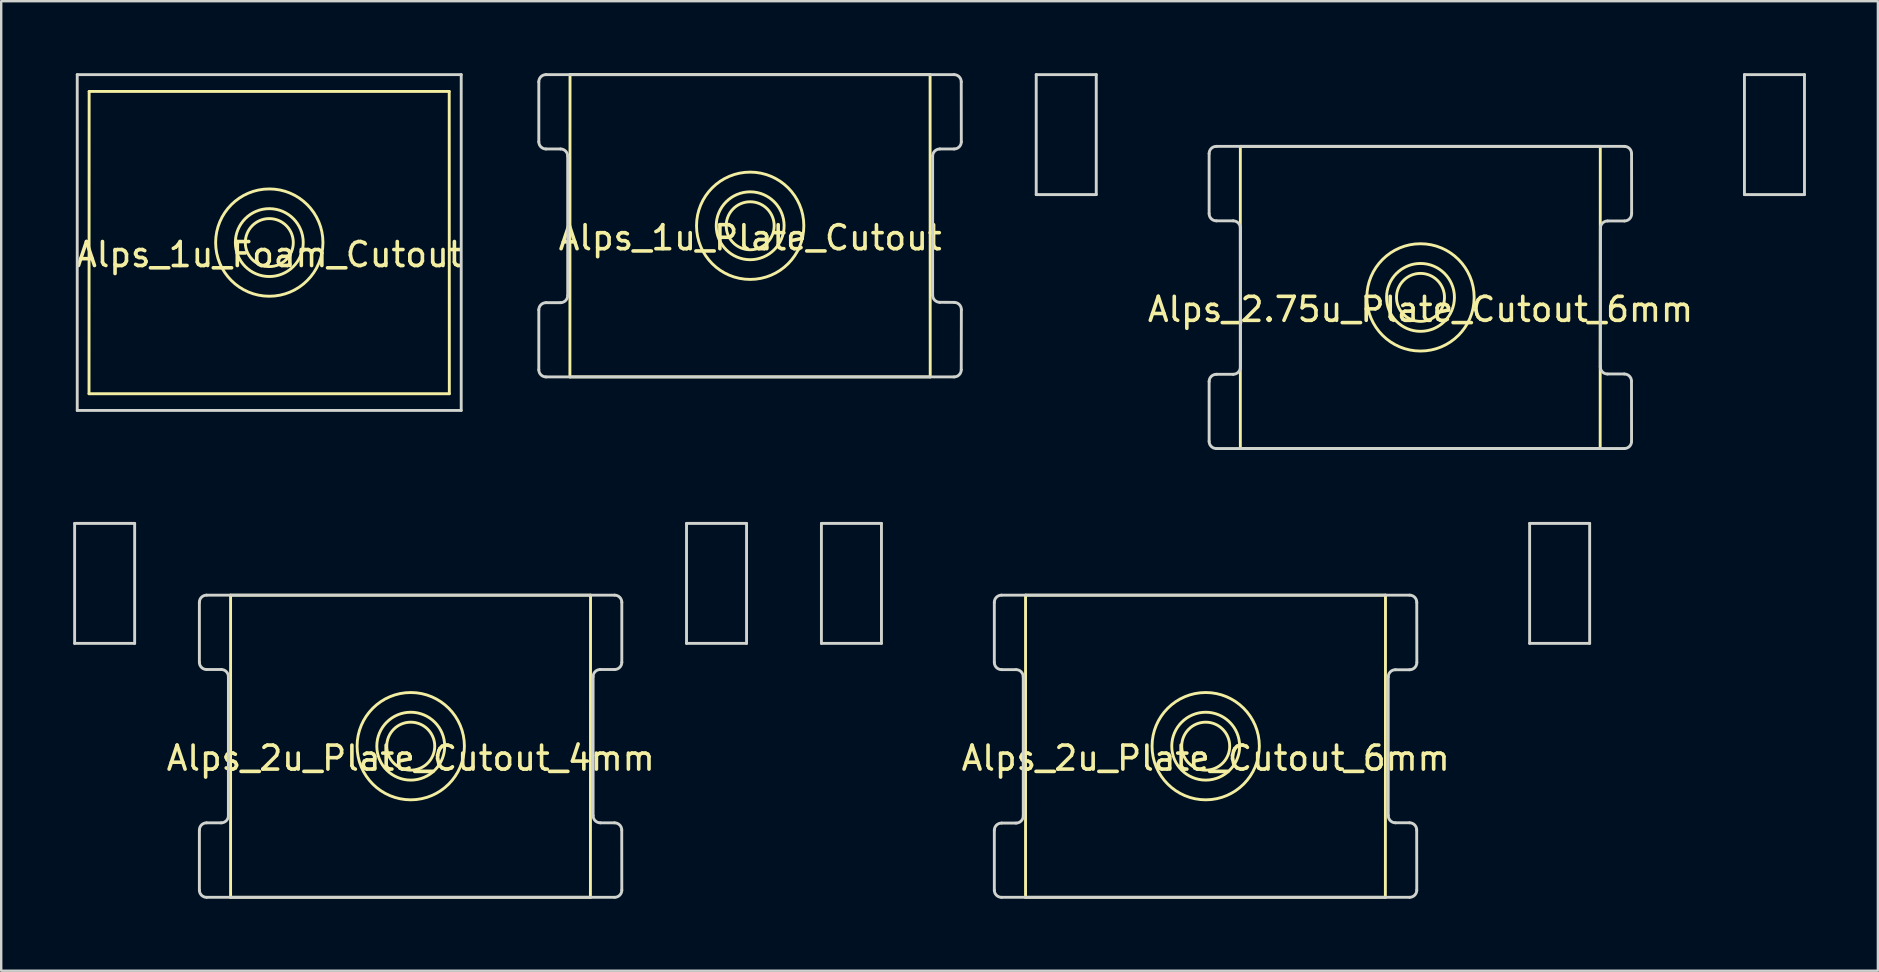
<source format=kicad_pcb>
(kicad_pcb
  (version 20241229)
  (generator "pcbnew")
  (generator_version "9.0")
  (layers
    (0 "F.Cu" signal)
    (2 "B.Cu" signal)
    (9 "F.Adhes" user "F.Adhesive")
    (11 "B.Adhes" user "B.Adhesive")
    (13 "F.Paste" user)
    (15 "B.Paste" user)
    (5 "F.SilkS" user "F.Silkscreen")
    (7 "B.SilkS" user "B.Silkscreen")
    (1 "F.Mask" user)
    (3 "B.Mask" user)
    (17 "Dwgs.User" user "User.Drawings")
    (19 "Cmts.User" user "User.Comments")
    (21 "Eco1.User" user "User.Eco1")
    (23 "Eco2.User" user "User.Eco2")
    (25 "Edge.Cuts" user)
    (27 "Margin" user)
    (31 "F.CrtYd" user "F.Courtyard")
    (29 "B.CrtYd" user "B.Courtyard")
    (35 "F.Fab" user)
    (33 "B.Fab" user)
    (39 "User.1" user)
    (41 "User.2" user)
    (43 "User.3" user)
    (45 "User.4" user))
  (footprint "Alps_1u_Plate_Cutout"
    (layer "F.Cu")
    (at 28.214 6.359)
    (property "Reference" "Alps_1u_Plate_Cutout" (at 0 0.5 0) (layer "F.SilkS") (effects (font (size 1 1) (thickness 0.15))))
    (attr through_hole)
    (fp_line (start -7.513 6.299) (end -7.508 -6.299) (stroke (width 0.12) (type solid)) (layer "F.SilkS"))
    (fp_line (start -7.508 -6.299) (end 7.498 -6.299) (stroke (width 0.12) (type solid)) (layer "F.SilkS"))
    (fp_line (start 7.498 -6.299) (end 7.503 6.299) (stroke (width 0.12) (type solid)) (layer "F.SilkS"))
    (fp_line (start 7.503 6.299) (end -7.513 6.299) (stroke (width 0.12) (type solid)) (layer "F.SilkS"))
    (fp_circle (center 0 0) (end -1 1) (stroke (width 0.12) (type solid)) (fill no) (layer "F.SilkS"))
    (fp_circle (center 0 0) (end -1 2) (stroke (width 0.12) (type solid)) (fill no) (layer "F.SilkS"))
    (fp_circle (center 0 0) (end 0 1) (stroke (width 0.12) (type solid)) (fill no) (layer "F.SilkS"))
    (fp_line (start -8.809 3.505) (end -8.809 5.999) (stroke (width 0.12) (type solid)) (layer "Edge.Cuts"))
    (fp_line (start -8.809 -3.5) (end -8.809 -5.999) (stroke (width 0.12) (type solid)) (layer "Edge.Cuts"))
    (fp_line (start -8.509 -6.299) (end 8.496 -6.299) (stroke (width 0.12) (type solid)) (layer "Edge.Cuts"))
    (fp_line (start -8.509 3.205) (end -7.904 3.205) (stroke (width 0.12) (type solid)) (layer "Edge.Cuts"))
    (fp_line (start -8.509 -3.2) (end -7.905 -3.201) (stroke (width 0.12) (type solid)) (layer "Edge.Cuts"))
    (fp_line (start -7.604 2.905) (end -7.605 -2.901) (stroke (width 0.12) (type solid)) (layer "Edge.Cuts"))
    (fp_line (start 7.604 -2.9) (end 7.604 2.89) (stroke (width 0.12) (type solid)) (layer "Edge.Cuts"))
    (fp_line (start 8.496 6.299) (end -8.509 6.299) (stroke (width 0.12) (type solid)) (layer "Edge.Cuts"))
    (fp_line (start 8.499 -3.2) (end 7.904 -3.2) (stroke (width 0.12) (type solid)) (layer "Edge.Cuts"))
    (fp_line (start 8.501 3.192) (end 7.904 3.19) (stroke (width 0.12) (type solid)) (layer "Edge.Cuts"))
    (fp_line (start 8.799 -3.5) (end 8.796 -5.999) (stroke (width 0.12) (type solid)) (layer "Edge.Cuts"))
    (fp_line (start 8.801 3.493) (end 8.796 5.999) (stroke (width 0.12) (type solid)) (layer "Edge.Cuts"))
    (fp_arc (start -8.809 -5.9992) (mid -8.721132 -6.211332) (end -8.509 -6.2992) (stroke (width 0.12) (type solid)) (layer "Edge.Cuts"))
    (fp_arc (start -8.809 3.5052) (mid -8.721132 3.293068) (end -8.509 3.2052) (stroke (width 0.12) (type solid)) (layer "Edge.Cuts"))
    (fp_arc (start -8.509 6.2992) (mid -8.721132 6.211332) (end -8.809 5.9992) (stroke (width 0.12) (type solid)) (layer "Edge.Cuts"))
    (fp_arc (start -8.50872 -3.20012) (mid -8.720852 -3.287988) (end -8.80872 -3.50012) (stroke (width 0.12) (type solid)) (layer "Edge.Cuts"))
    (fp_arc (start -7.90476 -3.20068) (mid -7.692628 -3.112812) (end -7.60476 -2.90068) (stroke (width 0.12) (type solid)) (layer "Edge.Cuts"))
    (fp_arc (start -7.60448 2.9052) (mid -7.692348 3.117332) (end -7.90448 3.2052) (stroke (width 0.12) (type solid)) (layer "Edge.Cuts"))
    (fp_arc (start 7.60448 -2.9004) (mid 7.692348 -3.112532) (end 7.90448 -3.2004) (stroke (width 0.12) (type solid)) (layer "Edge.Cuts"))
    (fp_arc (start 7.90448 3.19024) (mid 7.692348 3.102372) (end 7.60448 2.89024) (stroke (width 0.12) (type solid)) (layer "Edge.Cuts"))
    (fp_arc (start 8.4963 -6.2992) (mid 8.708432 -6.211332) (end 8.7963 -5.9992) (stroke (width 0.12) (type solid)) (layer "Edge.Cuts"))
    (fp_arc (start 8.5011 3.1925) (mid 8.713232 3.280368) (end 8.8011 3.4925) (stroke (width 0.12) (type solid)) (layer "Edge.Cuts"))
    (fp_arc (start 8.7963 5.99948) (mid 8.708432 6.211612) (end 8.4963 6.29948) (stroke (width 0.12) (type solid)) (layer "Edge.Cuts"))
    (fp_arc (start 8.79856 -3.50012) (mid 8.710692 -3.287988) (end 8.49856 -3.20012) (stroke (width 0.12) (type solid)) (layer "Edge.Cuts")))
  (footprint "Alps_2u_Plate_Cutout_6mm"
    (layer "F.Cu")
    (at 47.198 28.047)
    (property "Reference" "Alps_2u_Plate_Cutout_6mm" (at 0 0.5 0) (layer "F.SilkS") (effects (font (size 1 1) (thickness 0.15))))
    (attr through_hole)
    (fp_line (start -7.508 -6.294) (end 7.493 -6.294) (stroke (width 0.12) (type solid)) (layer "F.SilkS"))
    (fp_line (start -7.508 6.299) (end -7.508 -6.294) (stroke (width 0.12) (type solid)) (layer "F.SilkS"))
    (fp_line (start 7.488 6.299) (end -7.508 6.299) (stroke (width 0.12) (type solid)) (layer "F.SilkS"))
    (fp_line (start 7.493 -6.294) (end 7.488 6.299) (stroke (width 0.12) (type solid)) (layer "F.SilkS"))
    (fp_circle (center 0 0) (end -1 1) (stroke (width 0.12) (type solid)) (fill no) (layer "F.SilkS"))
    (fp_circle (center 0 0) (end -1 2) (stroke (width 0.12) (type solid)) (fill no) (layer "F.SilkS"))
    (fp_circle (center 0 0) (end 0 1) (stroke (width 0.12) (type solid)) (fill no) (layer "F.SilkS"))
    (fp_line (start -16.015 -9.284) (end -13.513 -9.284) (stroke (width 0.12) (type solid)) (layer "Edge.Cuts"))
    (fp_line (start -16.015 -4.284) (end -16.015 -9.284) (stroke (width 0.12) (type solid)) (layer "Edge.Cuts"))
    (fp_line (start -13.513 -9.284) (end -13.513 -4.284) (stroke (width 0.12) (type solid)) (layer "Edge.Cuts"))
    (fp_line (start -13.513 -4.284) (end -16.015 -4.284) (stroke (width 0.12) (type solid)) (layer "Edge.Cuts"))
    (fp_line (start -8.809 -3.495) (end -8.809 -5.994) (stroke (width 0.12) (type solid)) (layer "Edge.Cuts"))
    (fp_line (start -8.809 3.5) (end -8.809 5.999) (stroke (width 0.12) (type solid)) (layer "Edge.Cuts"))
    (fp_line (start -8.509 -6.294) (end 8.496 -6.294) (stroke (width 0.12) (type solid)) (layer "Edge.Cuts"))
    (fp_line (start -8.509 -3.19) (end -7.904 -3.19) (stroke (width 0.12) (type solid)) (layer "Edge.Cuts"))
    (fp_line (start -8.509 3.205) (end -7.903 3.205) (stroke (width 0.12) (type solid)) (layer "Edge.Cuts"))
    (fp_line (start -7.603 2.905) (end -7.604 -2.89) (stroke (width 0.12) (type solid)) (layer "Edge.Cuts"))
    (fp_line (start 7.607 -2.885) (end 7.607 2.893) (stroke (width 0.12) (type solid)) (layer "Edge.Cuts"))
    (fp_line (start 8.493 3.192) (end 7.907 3.193) (stroke (width 0.12) (type solid)) (layer "Edge.Cuts"))
    (fp_line (start 8.496 6.299) (end -8.509 6.299) (stroke (width 0.12) (type solid)) (layer "Edge.Cuts"))
    (fp_line (start 8.499 -3.185) (end 7.907 -3.185) (stroke (width 0.12) (type solid)) (layer "Edge.Cuts"))
    (fp_line (start 8.793 3.5) (end 8.796 5.999) (stroke (width 0.12) (type solid)) (layer "Edge.Cuts"))
    (fp_line (start 8.799 -3.495) (end 8.796 -5.994) (stroke (width 0.12) (type solid)) (layer "Edge.Cuts"))
    (fp_line (start 13.5 -9.284) (end 16.002 -9.284) (stroke (width 0.12) (type solid)) (layer "Edge.Cuts"))
    (fp_line (start 13.5 -4.284) (end 13.5 -9.284) (stroke (width 0.12) (type solid)) (layer "Edge.Cuts"))
    (fp_line (start 16.002 -9.284) (end 16.002 -4.284) (stroke (width 0.12) (type solid)) (layer "Edge.Cuts"))
    (fp_line (start 16.002 -4.284) (end 13.5 -4.284) (stroke (width 0.12) (type solid)) (layer "Edge.Cuts"))
    (fp_arc (start -8.809 -5.99412) (mid -8.721132 -6.206252) (end -8.509 -6.29412) (stroke (width 0.12) (type solid)) (layer "Edge.Cuts"))
    (fp_arc (start -8.80872 3.5052) (mid -8.720852 3.293068) (end -8.50872 3.2052) (stroke (width 0.12) (type solid)) (layer "Edge.Cuts"))
    (fp_arc (start -8.509 6.2992) (mid -8.721132 6.211332) (end -8.809 5.9992) (stroke (width 0.12) (type solid)) (layer "Edge.Cuts"))
    (fp_arc (start -8.50872 -3.18996) (mid -8.720852 -3.277828) (end -8.80872 -3.48996) (stroke (width 0.12) (type solid)) (layer "Edge.Cuts"))
    (fp_arc (start -7.90448 -3.19024) (mid -7.692348 -3.102372) (end -7.60448 -2.89024) (stroke (width 0.12) (type solid)) (layer "Edge.Cuts"))
    (fp_arc (start -7.60304 2.9052) (mid -7.690908 3.117332) (end -7.90304 3.2052) (stroke (width 0.12) (type solid)) (layer "Edge.Cuts"))
    (fp_arc (start 7.60702 -2.88516) (mid 7.694888 -3.097292) (end 7.90702 -3.18516) (stroke (width 0.12) (type solid)) (layer "Edge.Cuts"))
    (fp_arc (start 7.9073 3.19306) (mid 7.695168 3.105192) (end 7.6073 2.89306) (stroke (width 0.12) (type solid)) (layer "Edge.Cuts"))
    (fp_arc (start 8.49348 3.1925) (mid 8.705612 3.280368) (end 8.79348 3.4925) (stroke (width 0.12) (type solid)) (layer "Edge.Cuts"))
    (fp_arc (start 8.4963 -6.29412) (mid 8.708432 -6.206252) (end 8.7963 -5.99412) (stroke (width 0.12) (type solid)) (layer "Edge.Cuts"))
    (fp_arc (start 8.7963 5.9992) (mid 8.708432 6.211332) (end 8.4963 6.2992) (stroke (width 0.12) (type solid)) (layer "Edge.Cuts"))
    (fp_arc (start 8.79856 -3.48488) (mid 8.710692 -3.272748) (end 8.49856 -3.18488) (stroke (width 0.12) (type solid)) (layer "Edge.Cuts")))
  (footprint "Alps_1u_Foam_Cutout"
    (layer "F.Cu")
    (at 8.173 7.06)
    (property "Reference" "Alps_1u_Foam_Cutout" (at 0 0.5 0) (layer "F.SilkS") (effects (font (size 1 1) (thickness 0.15))))
    (attr through_hole)
    (fp_line (start -7.513 6.299) (end -7.508 -6.299) (stroke (width 0.12) (type solid)) (layer "F.SilkS"))
    (fp_line (start -7.508 -6.299) (end 7.498 -6.299) (stroke (width 0.12) (type solid)) (layer "F.SilkS"))
    (fp_line (start 7.498 -6.299) (end 7.503 6.299) (stroke (width 0.12) (type solid)) (layer "F.SilkS"))
    (fp_line (start 7.503 6.299) (end -7.513 6.299) (stroke (width 0.12) (type solid)) (layer "F.SilkS"))
    (fp_circle (center 0 0) (end -1 1) (stroke (width 0.12) (type solid)) (fill no) (layer "F.SilkS"))
    (fp_circle (center 0 0) (end -1 2) (stroke (width 0.12) (type solid)) (fill no) (layer "F.SilkS"))
    (fp_circle (center 0 0) (end 0 1) (stroke (width 0.12) (type solid)) (fill no) (layer "F.SilkS"))
    (fp_line (start -8.004 -7) (end -8.004 6.995) (stroke (width 0.12) (type solid)) (layer "Edge.Cuts"))
    (fp_line (start -8.004 -7) (end 7.998 -7) (stroke (width 0.12) (type solid)) (layer "Edge.Cuts"))
    (fp_line (start -8.004 6.995) (end 7.998 6.995) (stroke (width 0.12) (type solid)) (layer "Edge.Cuts"))
    (fp_line (start 7.998 -7) (end 7.998 6.995) (stroke (width 0.12) (type solid)) (layer "Edge.Cuts")))
  (footprint "Alps_2.75u_Plate_Cutout_6mm"
    (layer "F.Cu")
    (at 56.15 9.344)
    (property "Reference" "Alps_2.75u_Plate_Cutout_6mm" (at 0 0.5 0) (layer "F.SilkS") (effects (font (size 1 1) (thickness 0.15))))
    (attr through_hole)
    (fp_line (start -7.508 -6.294) (end 7.493 -6.294) (stroke (width 0.12) (type solid)) (layer "F.SilkS"))
    (fp_line (start -7.508 6.299) (end -7.508 -6.294) (stroke (width 0.12) (type solid)) (layer "F.SilkS"))
    (fp_line (start 7.488 6.299) (end -7.508 6.299) (stroke (width 0.12) (type solid)) (layer "F.SilkS"))
    (fp_line (start 7.493 -6.294) (end 7.488 6.299) (stroke (width 0.12) (type solid)) (layer "F.SilkS"))
    (fp_circle (center 0 0) (end -1 1) (stroke (width 0.12) (type solid)) (fill no) (layer "F.SilkS"))
    (fp_circle (center 0 0) (end -1 2) (stroke (width 0.12) (type solid)) (fill no) (layer "F.SilkS"))
    (fp_circle (center 0 0) (end 0 1) (stroke (width 0.12) (type solid)) (fill no) (layer "F.SilkS"))
    (fp_line (start -16.015 -9.284) (end -13.513 -9.284) (stroke (width 0.12) (type solid)) (layer "Edge.Cuts"))
    (fp_line (start -16.015 -4.284) (end -16.015 -9.284) (stroke (width 0.12) (type solid)) (layer "Edge.Cuts"))
    (fp_line (start -13.513 -9.284) (end -13.513 -4.284) (stroke (width 0.12) (type solid)) (layer "Edge.Cuts"))
    (fp_line (start -13.513 -4.284) (end -16.015 -4.284) (stroke (width 0.12) (type solid)) (layer "Edge.Cuts"))
    (fp_line (start -8.809 -3.495) (end -8.809 -5.994) (stroke (width 0.12) (type solid)) (layer "Edge.Cuts"))
    (fp_line (start -8.809 3.5) (end -8.809 5.999) (stroke (width 0.12) (type solid)) (layer "Edge.Cuts"))
    (fp_line (start -8.509 -6.294) (end 8.496 -6.294) (stroke (width 0.12) (type solid)) (layer "Edge.Cuts"))
    (fp_line (start -8.509 -3.19) (end -7.808 -3.19) (stroke (width 0.12) (type solid)) (layer "Edge.Cuts"))
    (fp_line (start -8.509 3.205) (end -7.807 3.205) (stroke (width 0.12) (type solid)) (layer "Edge.Cuts"))
    (fp_line (start -7.507 2.905) (end -7.508 -2.89) (stroke (width 0.12) (type solid)) (layer "Edge.Cuts"))
    (fp_line (start 7.498 -2.885) (end 7.493 2.893) (stroke (width 0.12) (type solid)) (layer "Edge.Cuts"))
    (fp_line (start 8.493 3.192) (end 7.793 3.192) (stroke (width 0.12) (type solid)) (layer "Edge.Cuts"))
    (fp_line (start 8.496 6.299) (end -8.509 6.299) (stroke (width 0.12) (type solid)) (layer "Edge.Cuts"))
    (fp_line (start 8.499 -3.185) (end 7.798 -3.185) (stroke (width 0.12) (type solid)) (layer "Edge.Cuts"))
    (fp_line (start 8.793 3.5) (end 8.796 5.999) (stroke (width 0.12) (type solid)) (layer "Edge.Cuts"))
    (fp_line (start 8.799 -3.495) (end 8.796 -5.994) (stroke (width 0.12) (type solid)) (layer "Edge.Cuts"))
    (fp_line (start 13.5 -9.284) (end 16.002 -9.284) (stroke (width 0.12) (type solid)) (layer "Edge.Cuts"))
    (fp_line (start 13.5 -4.284) (end 13.5 -9.284) (stroke (width 0.12) (type solid)) (layer "Edge.Cuts"))
    (fp_line (start 16.002 -9.284) (end 16.002 -4.284) (stroke (width 0.12) (type solid)) (layer "Edge.Cuts"))
    (fp_line (start 16.002 -4.284) (end 13.5 -4.284) (stroke (width 0.12) (type solid)) (layer "Edge.Cuts"))
    (fp_arc (start -8.809 -5.99412) (mid -8.721132 -6.206252) (end -8.509 -6.29412) (stroke (width 0.12) (type solid)) (layer "Edge.Cuts"))
    (fp_arc (start -8.80872 3.5052) (mid -8.720852 3.293068) (end -8.50872 3.2052) (stroke (width 0.12) (type solid)) (layer "Edge.Cuts"))
    (fp_arc (start -8.509 6.2992) (mid -8.721132 6.211332) (end -8.809 5.9992) (stroke (width 0.12) (type solid)) (layer "Edge.Cuts"))
    (fp_arc (start -8.50872 -3.18996) (mid -8.720852 -3.277828) (end -8.80872 -3.48996) (stroke (width 0.12) (type solid)) (layer "Edge.Cuts"))
    (fp_arc (start -7.80796 -3.19024) (mid -7.595828 -3.102372) (end -7.50796 -2.89024) (stroke (width 0.12) (type solid)) (layer "Edge.Cuts"))
    (fp_arc (start -7.50652 2.9052) (mid -7.594388 3.117332) (end -7.80652 3.2052) (stroke (width 0.12) (type solid)) (layer "Edge.Cuts"))
    (fp_arc (start 7.4978 -2.88516) (mid 7.585668 -3.097292) (end 7.7978 -3.18516) (stroke (width 0.12) (type solid)) (layer "Edge.Cuts"))
    (fp_arc (start 7.79272 3.1925) (mid 7.580588 3.104632) (end 7.49272 2.8925) (stroke (width 0.12) (type solid)) (layer "Edge.Cuts"))
    (fp_arc (start 8.49348 3.1925) (mid 8.705612 3.280368) (end 8.79348 3.4925) (stroke (width 0.12) (type solid)) (layer "Edge.Cuts"))
    (fp_arc (start 8.4963 -6.29412) (mid 8.708432 -6.206252) (end 8.7963 -5.99412) (stroke (width 0.12) (type solid)) (layer "Edge.Cuts"))
    (fp_arc (start 8.7963 5.9992) (mid 8.708432 6.211332) (end 8.4963 6.2992) (stroke (width 0.12) (type solid)) (layer "Edge.Cuts"))
    (fp_arc (start 8.79856 -3.48488) (mid 8.710692 -3.272748) (end 8.49856 -3.18488) (stroke (width 0.12) (type solid)) (layer "Edge.Cuts")))
  (footprint "Alps_2u_Plate_Cutout_4mm"
    (layer "F.Cu")
    (at 14.068 28.047)
    (property "Reference" "Alps_2u_Plate_Cutout_4mm" (at 0 0.5 180) (layer "F.SilkS") (effects (font (size 1 1) (thickness 0.15))))
    (attr through_hole)
    (fp_line (start -7.508 -6.294) (end 7.493 -6.294) (stroke (width 0.12) (type solid)) (layer "F.SilkS"))
    (fp_line (start -7.508 6.299) (end -7.508 -6.294) (stroke (width 0.12) (type solid)) (layer "F.SilkS"))
    (fp_line (start 7.488 6.299) (end -7.508 6.299) (stroke (width 0.12) (type solid)) (layer "F.SilkS"))
    (fp_line (start 7.493 -6.294) (end 7.488 6.299) (stroke (width 0.12) (type solid)) (layer "F.SilkS"))
    (fp_circle (center 0 0) (end -1 1) (stroke (width 0.12) (type solid)) (fill no) (layer "F.SilkS"))
    (fp_circle (center 0 0) (end -1 2) (stroke (width 0.12) (type solid)) (fill no) (layer "F.SilkS"))
    (fp_circle (center 0 0) (end 0 1) (stroke (width 0.12) (type solid)) (fill no) (layer "F.SilkS"))
    (fp_line (start -14.008 -9.284) (end -11.506 -9.284) (stroke (width 0.12) (type solid)) (layer "Edge.Cuts"))
    (fp_line (start -14.008 -4.284) (end -14.008 -9.284) (stroke (width 0.12) (type solid)) (layer "Edge.Cuts"))
    (fp_line (start -11.506 -9.284) (end -11.506 -4.284) (stroke (width 0.12) (type solid)) (layer "Edge.Cuts"))
    (fp_line (start -11.506 -4.284) (end -14.008 -4.284) (stroke (width 0.12) (type solid)) (layer "Edge.Cuts"))
    (fp_line (start -8.809 -3.495) (end -8.809 -5.994) (stroke (width 0.12) (type solid)) (layer "Edge.Cuts"))
    (fp_line (start -8.809 3.5) (end -8.809 5.999) (stroke (width 0.12) (type solid)) (layer "Edge.Cuts"))
    (fp_line (start -8.509 -6.294) (end 8.496 -6.294) (stroke (width 0.12) (type solid)) (layer "Edge.Cuts"))
    (fp_line (start -8.509 -3.195) (end -7.899 -3.196) (stroke (width 0.12) (type solid)) (layer "Edge.Cuts"))
    (fp_line (start -8.509 3.195) (end -7.9 3.196) (stroke (width 0.12) (type solid)) (layer "Edge.Cuts"))
    (fp_line (start -7.6 2.896) (end -7.599 -2.896) (stroke (width 0.12) (type solid)) (layer "Edge.Cuts"))
    (fp_line (start 7.6 -2.896) (end 7.6 2.895) (stroke (width 0.12) (type solid)) (layer "Edge.Cuts"))
    (fp_line (start 8.493 3.195) (end 7.9 3.195) (stroke (width 0.12) (type solid)) (layer "Edge.Cuts"))
    (fp_line (start 8.496 -3.195) (end 7.9 -3.196) (stroke (width 0.12) (type solid)) (layer "Edge.Cuts"))
    (fp_line (start 8.496 6.299) (end -8.509 6.299) (stroke (width 0.12) (type solid)) (layer "Edge.Cuts"))
    (fp_line (start 8.793 3.5) (end 8.796 5.999) (stroke (width 0.12) (type solid)) (layer "Edge.Cuts"))
    (fp_line (start 8.796 -3.495) (end 8.796 -5.994) (stroke (width 0.12) (type solid)) (layer "Edge.Cuts"))
    (fp_line (start 11.493 -9.284) (end 13.995 -9.284) (stroke (width 0.12) (type solid)) (layer "Edge.Cuts"))
    (fp_line (start 11.493 -4.284) (end 11.493 -9.284) (stroke (width 0.12) (type solid)) (layer "Edge.Cuts"))
    (fp_line (start 13.995 -9.284) (end 13.995 -4.284) (stroke (width 0.12) (type solid)) (layer "Edge.Cuts"))
    (fp_line (start 13.995 -4.284) (end 11.493 -4.284) (stroke (width 0.12) (type solid)) (layer "Edge.Cuts"))
    (fp_arc (start -8.809 -5.99412) (mid -8.721132 -6.206252) (end -8.509 -6.29412) (stroke (width 0.12) (type solid)) (layer "Edge.Cuts"))
    (fp_arc (start -8.80872 3.49504) (mid -8.720852 3.282908) (end -8.50872 3.19504) (stroke (width 0.12) (type solid)) (layer "Edge.Cuts"))
    (fp_arc (start -8.509 6.2992) (mid -8.721132 6.211332) (end -8.809 5.9992) (stroke (width 0.12) (type solid)) (layer "Edge.Cuts"))
    (fp_arc (start -8.50872 -3.19504) (mid -8.720852 -3.282908) (end -8.80872 -3.49504) (stroke (width 0.12) (type solid)) (layer "Edge.Cuts"))
    (fp_arc (start -7.8994 -3.1956) (mid -7.687268 -3.107732) (end -7.5994 -2.8956) (stroke (width 0.12) (type solid)) (layer "Edge.Cuts"))
    (fp_arc (start -7.59968 2.8956) (mid -7.687548 3.107732) (end -7.89968 3.1956) (stroke (width 0.12) (type solid)) (layer "Edge.Cuts"))
    (fp_arc (start 7.59968 -2.8956) (mid 7.687548 -3.107732) (end 7.89968 -3.1956) (stroke (width 0.12) (type solid)) (layer "Edge.Cuts"))
    (fp_arc (start 7.89996 3.19476) (mid 7.687828 3.106892) (end 7.59996 2.89476) (stroke (width 0.12) (type solid)) (layer "Edge.Cuts"))
    (fp_arc (start 8.49348 3.19504) (mid 8.705612 3.282908) (end 8.79348 3.49504) (stroke (width 0.12) (type solid)) (layer "Edge.Cuts"))
    (fp_arc (start 8.4963 -6.29412) (mid 8.708432 -6.206252) (end 8.7963 -5.99412) (stroke (width 0.12) (type solid)) (layer "Edge.Cuts"))
    (fp_arc (start 8.79602 -3.49504) (mid 8.708152 -3.282908) (end 8.49602 -3.19504) (stroke (width 0.12) (type solid)) (layer "Edge.Cuts"))
    (fp_arc (start 8.7963 5.9992) (mid 8.708432 6.211332) (end 8.4963 6.2992) (stroke (width 0.12) (type solid)) (layer "Edge.Cuts")))
  (gr_rect
    (start -3 -3)
    (end 75.212 37.406)
    (stroke (width 0.1) (type default))
    (fill no)
    (layer "Edge.Cuts")))
</source>
